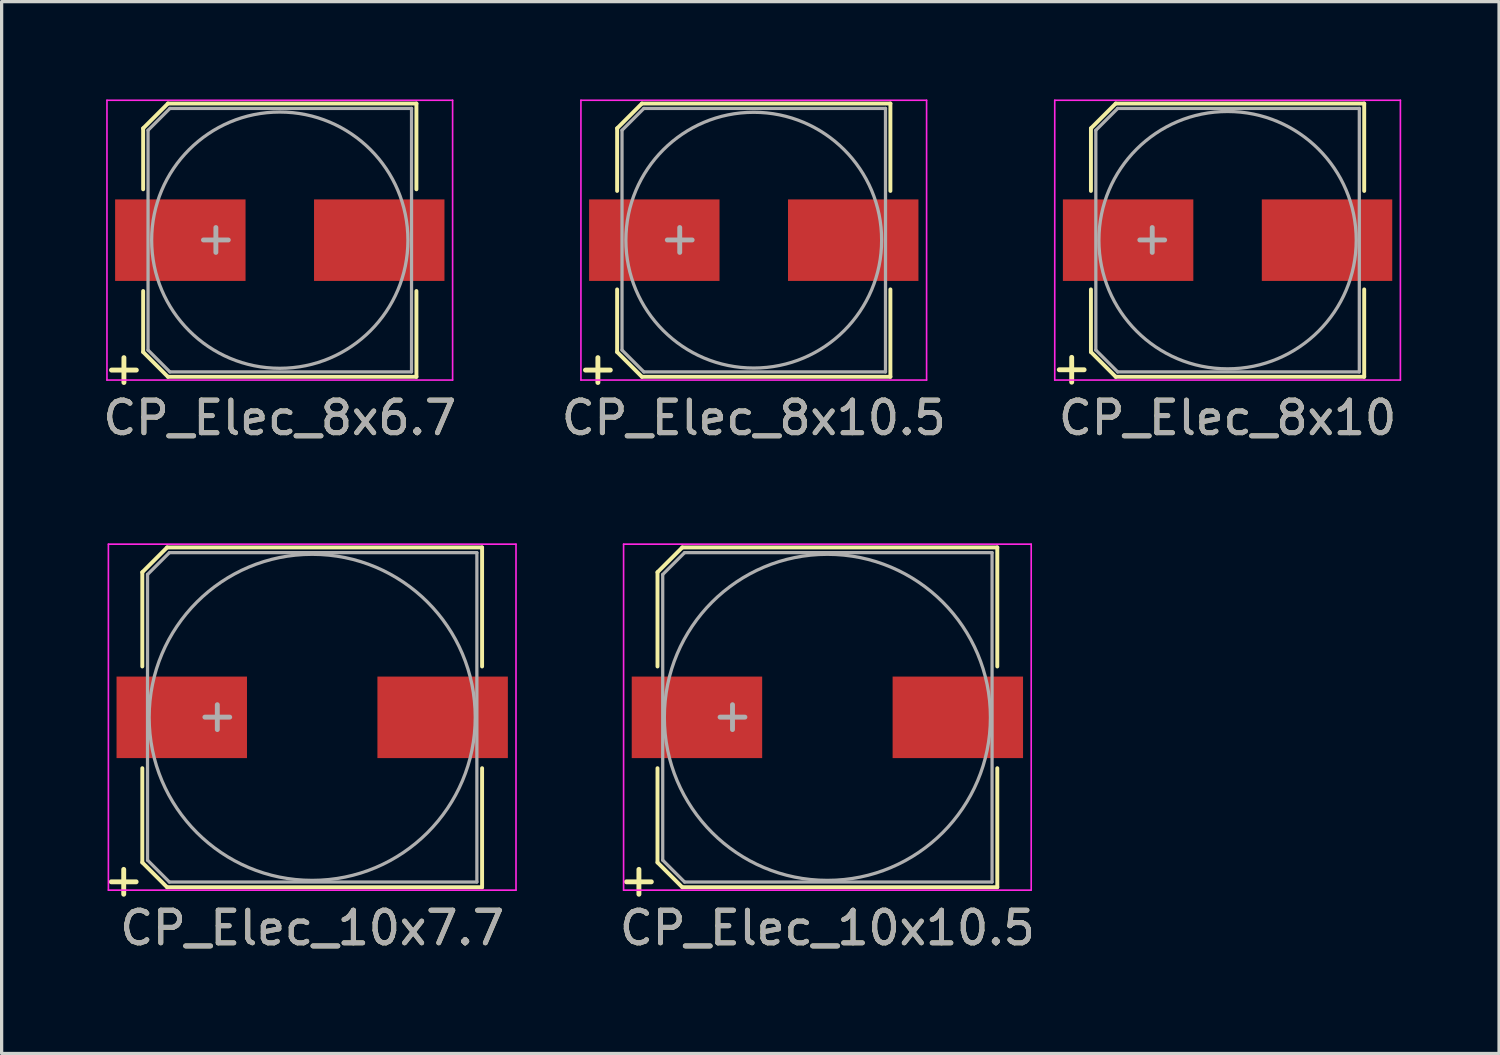
<source format=kicad_pcb>
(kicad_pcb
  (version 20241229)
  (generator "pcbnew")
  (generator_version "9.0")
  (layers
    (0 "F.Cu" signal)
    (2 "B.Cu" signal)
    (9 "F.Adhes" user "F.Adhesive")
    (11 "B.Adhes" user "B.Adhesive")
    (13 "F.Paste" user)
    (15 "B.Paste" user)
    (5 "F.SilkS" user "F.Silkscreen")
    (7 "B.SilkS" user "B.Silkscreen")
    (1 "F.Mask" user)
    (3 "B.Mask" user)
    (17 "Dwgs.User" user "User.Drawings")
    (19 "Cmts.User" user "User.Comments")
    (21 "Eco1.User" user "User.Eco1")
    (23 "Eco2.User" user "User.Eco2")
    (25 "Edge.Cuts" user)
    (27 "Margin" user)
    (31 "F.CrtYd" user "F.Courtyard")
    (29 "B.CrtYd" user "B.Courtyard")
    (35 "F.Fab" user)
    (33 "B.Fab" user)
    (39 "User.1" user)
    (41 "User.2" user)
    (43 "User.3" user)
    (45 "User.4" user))
  (footprint "CP_Elec_8x10"
    (layer "F.Cu")
    (at 34.595 4.315)
    (property "Reference" "CP_Elec_8x10" (at 0 5.45 0) (layer "F.SilkS") (effects (font (size 1 1) (thickness 0.15))))
    (attr smd)
    (fp_line (start -4.19 -3.43) (end -4.19 -1.51) (stroke (width 0.12) (type solid)) (layer "F.SilkS"))
    (fp_line (start -4.19 -3.43) (end -3.43 -4.19) (stroke (width 0.12) (type solid)) (layer "F.SilkS"))
    (fp_line (start -4.19 3.43) (end -4.19 1.51) (stroke (width 0.12) (type solid)) (layer "F.SilkS"))
    (fp_line (start -3.43 -4.19) (end 4.19 -4.19) (stroke (width 0.12) (type solid)) (layer "F.SilkS"))
    (fp_line (start -3.43 4.19) (end -4.19 3.43) (stroke (width 0.12) (type solid)) (layer "F.SilkS"))
    (fp_line (start 4.19 -4.19) (end 4.19 -1.51) (stroke (width 0.12) (type solid)) (layer "F.SilkS"))
    (fp_line (start 4.19 4.19) (end -3.43 4.19) (stroke (width 0.12) (type solid)) (layer "F.SilkS"))
    (fp_line (start 4.19 4.19) (end 4.19 1.51) (stroke (width 0.12) (type solid)) (layer "F.SilkS"))
    (fp_line (start -5.3 -4.29) (end -5.3 4.29) (stroke (width 0.05) (type solid)) (layer "F.CrtYd"))
    (fp_line (start -5.3 -4.29) (end 5.3 -4.29) (stroke (width 0.05) (type solid)) (layer "F.CrtYd"))
    (fp_line (start 5.3 4.29) (end -5.3 4.29) (stroke (width 0.05) (type solid)) (layer "F.CrtYd"))
    (fp_line (start 5.3 4.29) (end 5.3 -4.29) (stroke (width 0.05) (type solid)) (layer "F.CrtYd"))
    (fp_line (start -4.04 -3.37) (end -4.04 3.37) (stroke (width 0.1) (type solid)) (layer "F.Fab"))
    (fp_line (start -4.04 3.37) (end -3.37 4.04) (stroke (width 0.1) (type solid)) (layer "F.Fab"))
    (fp_line (start -3.37 -4.04) (end -4.04 -3.37) (stroke (width 0.1) (type solid)) (layer "F.Fab"))
    (fp_line (start -3.37 4.04) (end 4.04 4.04) (stroke (width 0.1) (type solid)) (layer "F.Fab"))
    (fp_line (start 4.04 -4.04) (end -3.37 -4.04) (stroke (width 0.1) (type solid)) (layer "F.Fab"))
    (fp_line (start 4.04 4.04) (end 4.04 -4.04) (stroke (width 0.1) (type solid)) (layer "F.Fab"))
    (fp_circle (center 0 0) (end -0.6 3.9) (stroke (width 0.1) (type solid)) (fill no) (layer "F.Fab"))
    (fp_text user "+" (at -4.78 3.9 0) (layer "F.SilkS") (effects (font (size 1 1) (thickness 0.15))))
    (fp_text user "+" (at -2.31 -0.08 0) (layer "F.Fab") (effects (font (size 1 1) (thickness 0.15))))
    (fp_text user "${REFERENCE}" (at 0 5.45 0) (layer "F.Fab") (effects (font (size 1 1) (thickness 0.15))))
    (pad "1" smd rect (at -3.05 0 180) (size 4 2.5) (layers "F.Cu" "F.Mask" "F.Paste"))
    (pad "2" smd rect (at 3.05 0 180) (size 4 2.5) (layers "F.Cu" "F.Mask" "F.Paste")))
  (footprint "CP_Elec_10x10.5"
    (layer "F.Cu")
    (at 22.323 18.948)
    (property "Reference" "CP_Elec_10x10.5" (at 0 6.46 0) (layer "F.SilkS") (effects (font (size 1 1) (thickness 0.15))))
    (attr smd)
    (fp_line (start -5.21 -4.45) (end -5.21 -1.56) (stroke (width 0.12) (type solid)) (layer "F.SilkS"))
    (fp_line (start -5.21 -4.45) (end -4.45 -5.21) (stroke (width 0.12) (type solid)) (layer "F.SilkS"))
    (fp_line (start -5.21 4.45) (end -5.21 1.56) (stroke (width 0.12) (type solid)) (layer "F.SilkS"))
    (fp_line (start -4.45 -5.21) (end 5.21 -5.21) (stroke (width 0.12) (type solid)) (layer "F.SilkS"))
    (fp_line (start -4.45 5.21) (end -5.21 4.45) (stroke (width 0.12) (type solid)) (layer "F.SilkS"))
    (fp_line (start 5.21 -5.21) (end 5.21 -1.56) (stroke (width 0.12) (type solid)) (layer "F.SilkS"))
    (fp_line (start 5.21 5.21) (end -4.45 5.21) (stroke (width 0.12) (type solid)) (layer "F.SilkS"))
    (fp_line (start 5.21 5.21) (end 5.21 1.56) (stroke (width 0.12) (type solid)) (layer "F.SilkS"))
    (fp_line (start -6.25 -5.31) (end -6.25 5.3) (stroke (width 0.05) (type solid)) (layer "F.CrtYd"))
    (fp_line (start -6.25 -5.31) (end 6.25 -5.31) (stroke (width 0.05) (type solid)) (layer "F.CrtYd"))
    (fp_line (start 6.25 5.3) (end -6.25 5.3) (stroke (width 0.05) (type solid)) (layer "F.CrtYd"))
    (fp_line (start 6.25 5.3) (end 6.25 -5.31) (stroke (width 0.05) (type solid)) (layer "F.CrtYd"))
    (fp_line (start -5.05 -4.38) (end -5.05 4.38) (stroke (width 0.1) (type solid)) (layer "F.Fab"))
    (fp_line (start -5.05 4.38) (end -4.38 5.05) (stroke (width 0.1) (type solid)) (layer "F.Fab"))
    (fp_line (start -4.38 -5.05) (end -5.05 -4.38) (stroke (width 0.1) (type solid)) (layer "F.Fab"))
    (fp_line (start -4.38 5.05) (end 5.05 5.05) (stroke (width 0.1) (type solid)) (layer "F.Fab"))
    (fp_line (start 5.05 -5.05) (end -4.38 -5.05) (stroke (width 0.1) (type solid)) (layer "F.Fab"))
    (fp_line (start 5.05 5.05) (end 5.05 -5.05) (stroke (width 0.1) (type solid)) (layer "F.Fab"))
    (fp_circle (center 0 0) (end 0 5) (stroke (width 0.1) (type solid)) (fill no) (layer "F.Fab"))
    (fp_text user "+" (at -5.78 4.97 0) (layer "F.SilkS") (effects (font (size 1 1) (thickness 0.15))))
    (fp_text user "${REFERENCE}" (at 0 6.46 0) (layer "F.Fab") (effects (font (size 1 1) (thickness 0.15))))
    (fp_text user "+" (at -2.91 -0.08 0) (layer "F.Fab") (effects (font (size 1 1) (thickness 0.15))))
    (pad "1" smd rect (at -4 0 180) (size 4 2.5) (layers "F.Cu" "F.Mask" "F.Paste"))
    (pad "2" smd rect (at 4 0 180) (size 4 2.5) (layers "F.Cu" "F.Mask" "F.Paste")))
  (footprint "CP_Elec_8x10.5"
    (layer "F.Cu")
    (at 20.065 4.315)
    (property "Reference" "CP_Elec_8x10.5" (at 0 5.45 0) (layer "F.SilkS") (effects (font (size 1 1) (thickness 0.15))))
    (attr smd)
    (fp_line (start -4.19 -3.43) (end -4.19 -1.51) (stroke (width 0.12) (type solid)) (layer "F.SilkS"))
    (fp_line (start -4.19 -3.43) (end -3.43 -4.19) (stroke (width 0.12) (type solid)) (layer "F.SilkS"))
    (fp_line (start -4.19 3.43) (end -4.19 1.51) (stroke (width 0.12) (type solid)) (layer "F.SilkS"))
    (fp_line (start -3.43 -4.19) (end 4.19 -4.19) (stroke (width 0.12) (type solid)) (layer "F.SilkS"))
    (fp_line (start -3.43 4.19) (end -4.19 3.43) (stroke (width 0.12) (type solid)) (layer "F.SilkS"))
    (fp_line (start 4.19 -4.19) (end 4.19 -1.51) (stroke (width 0.12) (type solid)) (layer "F.SilkS"))
    (fp_line (start 4.19 4.19) (end -3.43 4.19) (stroke (width 0.12) (type solid)) (layer "F.SilkS"))
    (fp_line (start 4.19 4.19) (end 4.19 1.51) (stroke (width 0.12) (type solid)) (layer "F.SilkS"))
    (fp_line (start -5.3 -4.29) (end -5.3 4.29) (stroke (width 0.05) (type solid)) (layer "F.CrtYd"))
    (fp_line (start -5.3 -4.29) (end 5.3 -4.29) (stroke (width 0.05) (type solid)) (layer "F.CrtYd"))
    (fp_line (start 5.3 4.29) (end -5.3 4.29) (stroke (width 0.05) (type solid)) (layer "F.CrtYd"))
    (fp_line (start 5.3 4.29) (end 5.3 -4.29) (stroke (width 0.05) (type solid)) (layer "F.CrtYd"))
    (fp_line (start -4.04 -3.37) (end -4.04 3.37) (stroke (width 0.1) (type solid)) (layer "F.Fab"))
    (fp_line (start -4.04 3.37) (end -3.37 4.04) (stroke (width 0.1) (type solid)) (layer "F.Fab"))
    (fp_line (start -3.37 -4.04) (end -4.04 -3.37) (stroke (width 0.1) (type solid)) (layer "F.Fab"))
    (fp_line (start -3.37 4.04) (end 4.04 4.04) (stroke (width 0.1) (type solid)) (layer "F.Fab"))
    (fp_line (start 4.04 -4.04) (end -3.37 -4.04) (stroke (width 0.1) (type solid)) (layer "F.Fab"))
    (fp_line (start 4.04 4.04) (end 4.04 -4.04) (stroke (width 0.1) (type solid)) (layer "F.Fab"))
    (fp_circle (center 0 0) (end 1.3 3.7) (stroke (width 0.1) (type solid)) (fill no) (layer "F.Fab"))
    (fp_text user "+" (at -4.78 3.91 0) (layer "F.SilkS") (effects (font (size 1 1) (thickness 0.15))))
    (fp_text user "${REFERENCE}" (at 0 5.45 0) (layer "F.Fab") (effects (font (size 1 1) (thickness 0.15))))
    (fp_text user "+" (at -2.27 -0.08 0) (layer "F.Fab") (effects (font (size 1 1) (thickness 0.15))))
    (pad "1" smd rect (at -3.05 0 180) (size 4 2.5) (layers "F.Cu" "F.Mask" "F.Paste"))
    (pad "2" smd rect (at 3.05 0 180) (size 4 2.5) (layers "F.Cu" "F.Mask" "F.Paste")))
  (footprint "CP_Elec_8x6.7"
    (layer "F.Cu")
    (at 5.53 4.315)
    (property "Reference" "CP_Elec_8x6.7" (at 0 5.45 0) (layer "F.SilkS") (effects (font (size 1 1) (thickness 0.15))))
    (attr smd)
    (fp_line (start -4.19 -3.43) (end -4.19 -1.56) (stroke (width 0.12) (type solid)) (layer "F.SilkS"))
    (fp_line (start -4.19 -3.43) (end -3.43 -4.19) (stroke (width 0.12) (type solid)) (layer "F.SilkS"))
    (fp_line (start -4.19 3.43) (end -4.19 1.56) (stroke (width 0.12) (type solid)) (layer "F.SilkS"))
    (fp_line (start -3.43 -4.19) (end 4.19 -4.19) (stroke (width 0.12) (type solid)) (layer "F.SilkS"))
    (fp_line (start -3.43 4.19) (end -4.19 3.43) (stroke (width 0.12) (type solid)) (layer "F.SilkS"))
    (fp_line (start 4.19 -4.19) (end 4.19 -1.56) (stroke (width 0.12) (type solid)) (layer "F.SilkS"))
    (fp_line (start 4.19 4.19) (end -3.43 4.19) (stroke (width 0.12) (type solid)) (layer "F.SilkS"))
    (fp_line (start 4.19 4.19) (end 4.19 1.56) (stroke (width 0.12) (type solid)) (layer "F.SilkS"))
    (fp_line (start -5.3 -4.29) (end -5.3 4.29) (stroke (width 0.05) (type solid)) (layer "F.CrtYd"))
    (fp_line (start -5.3 -4.29) (end 5.3 -4.29) (stroke (width 0.05) (type solid)) (layer "F.CrtYd"))
    (fp_line (start 5.3 4.29) (end -5.3 4.29) (stroke (width 0.05) (type solid)) (layer "F.CrtYd"))
    (fp_line (start 5.3 4.29) (end 5.3 -4.29) (stroke (width 0.05) (type solid)) (layer "F.CrtYd"))
    (fp_line (start -4.04 -3.37) (end -4.04 3.37) (stroke (width 0.1) (type solid)) (layer "F.Fab"))
    (fp_line (start -4.04 3.37) (end -3.37 4.04) (stroke (width 0.1) (type solid)) (layer "F.Fab"))
    (fp_line (start -3.37 -4.04) (end -4.04 -3.37) (stroke (width 0.1) (type solid)) (layer "F.Fab"))
    (fp_line (start -3.37 4.04) (end 4.04 4.04) (stroke (width 0.1) (type solid)) (layer "F.Fab"))
    (fp_line (start 4.04 -4.04) (end -3.37 -4.04) (stroke (width 0.1) (type solid)) (layer "F.Fab"))
    (fp_line (start 4.04 4.04) (end 4.04 -4.04) (stroke (width 0.1) (type solid)) (layer "F.Fab"))
    (fp_circle (center 0 0) (end 1 3.8) (stroke (width 0.1) (type solid)) (fill no) (layer "F.Fab"))
    (fp_text user "+" (at -4.78 3.91 0) (layer "F.SilkS") (effects (font (size 1 1) (thickness 0.15))))
    (fp_text user "+" (at -1.96 -0.08 0) (layer "F.Fab") (effects (font (size 1 1) (thickness 0.15))))
    (fp_text user "${REFERENCE}" (at 0 5.45 0) (layer "F.Fab") (effects (font (size 1 1) (thickness 0.15))))
    (pad "1" smd rect (at -3.05 0 180) (size 4 2.5) (layers "F.Cu" "F.Mask" "F.Paste"))
    (pad "2" smd rect (at 3.05 0 180) (size 4 2.5) (layers "F.Cu" "F.Mask" "F.Paste")))
  (footprint "CP_Elec_10x7.7"
    (layer "F.Cu")
    (at 6.524 18.948)
    (property "Reference" "CP_Elec_10x7.7" (at 0 6.46 0) (layer "F.SilkS") (effects (font (size 1 1) (thickness 0.15))))
    (attr smd)
    (fp_line (start -5.21 -4.45) (end -5.21 -1.56) (stroke (width 0.12) (type solid)) (layer "F.SilkS"))
    (fp_line (start -5.21 -4.45) (end -4.45 -5.21) (stroke (width 0.12) (type solid)) (layer "F.SilkS"))
    (fp_line (start -5.21 4.45) (end -5.21 1.56) (stroke (width 0.12) (type solid)) (layer "F.SilkS"))
    (fp_line (start -4.45 -5.21) (end 5.21 -5.21) (stroke (width 0.12) (type solid)) (layer "F.SilkS"))
    (fp_line (start -4.45 5.21) (end -5.21 4.45) (stroke (width 0.12) (type solid)) (layer "F.SilkS"))
    (fp_line (start 5.21 -5.21) (end 5.21 -1.56) (stroke (width 0.12) (type solid)) (layer "F.SilkS"))
    (fp_line (start 5.21 5.21) (end -4.45 5.21) (stroke (width 0.12) (type solid)) (layer "F.SilkS"))
    (fp_line (start 5.21 5.21) (end 5.21 1.56) (stroke (width 0.12) (type solid)) (layer "F.SilkS"))
    (fp_line (start -6.25 -5.31) (end -6.25 5.3) (stroke (width 0.05) (type solid)) (layer "F.CrtYd"))
    (fp_line (start -6.25 -5.31) (end 6.25 -5.31) (stroke (width 0.05) (type solid)) (layer "F.CrtYd"))
    (fp_line (start 6.25 5.3) (end -6.25 5.3) (stroke (width 0.05) (type solid)) (layer "F.CrtYd"))
    (fp_line (start 6.25 5.3) (end 6.25 -5.31) (stroke (width 0.05) (type solid)) (layer "F.CrtYd"))
    (fp_line (start -5.05 -4.38) (end -5.05 4.38) (stroke (width 0.1) (type solid)) (layer "F.Fab"))
    (fp_line (start -5.05 4.38) (end -4.38 5.05) (stroke (width 0.1) (type solid)) (layer "F.Fab"))
    (fp_line (start -4.38 -5.05) (end -5.05 -4.38) (stroke (width 0.1) (type solid)) (layer "F.Fab"))
    (fp_line (start -4.38 5.05) (end 5.05 5.05) (stroke (width 0.1) (type solid)) (layer "F.Fab"))
    (fp_line (start 5.05 -5.05) (end -4.38 -5.05) (stroke (width 0.1) (type solid)) (layer "F.Fab"))
    (fp_line (start 5.05 5.05) (end 5.05 -5.05) (stroke (width 0.1) (type solid)) (layer "F.Fab"))
    (fp_circle (center 0 0) (end 0 5) (stroke (width 0.1) (type solid)) (fill no) (layer "F.Fab"))
    (fp_text user "+" (at -5.78 4.97 0) (layer "F.SilkS") (effects (font (size 1 1) (thickness 0.15))))
    (fp_text user "${REFERENCE}" (at 0 6.46 0) (layer "F.Fab") (effects (font (size 1 1) (thickness 0.15))))
    (fp_text user "+" (at -2.91 -0.08 0) (layer "F.Fab") (effects (font (size 1 1) (thickness 0.15))))
    (pad "1" smd rect (at -4 0 180) (size 4 2.5) (layers "F.Cu" "F.Mask" "F.Paste"))
    (pad "2" smd rect (at 4 0 180) (size 4 2.5) (layers "F.Cu" "F.Mask" "F.Paste")))
  (gr_rect
    (start -3 -3)
    (end 42.92 29.256)
    (stroke (width 0.1) (type default))
    (fill no)
    (layer "Edge.Cuts")))
</source>
